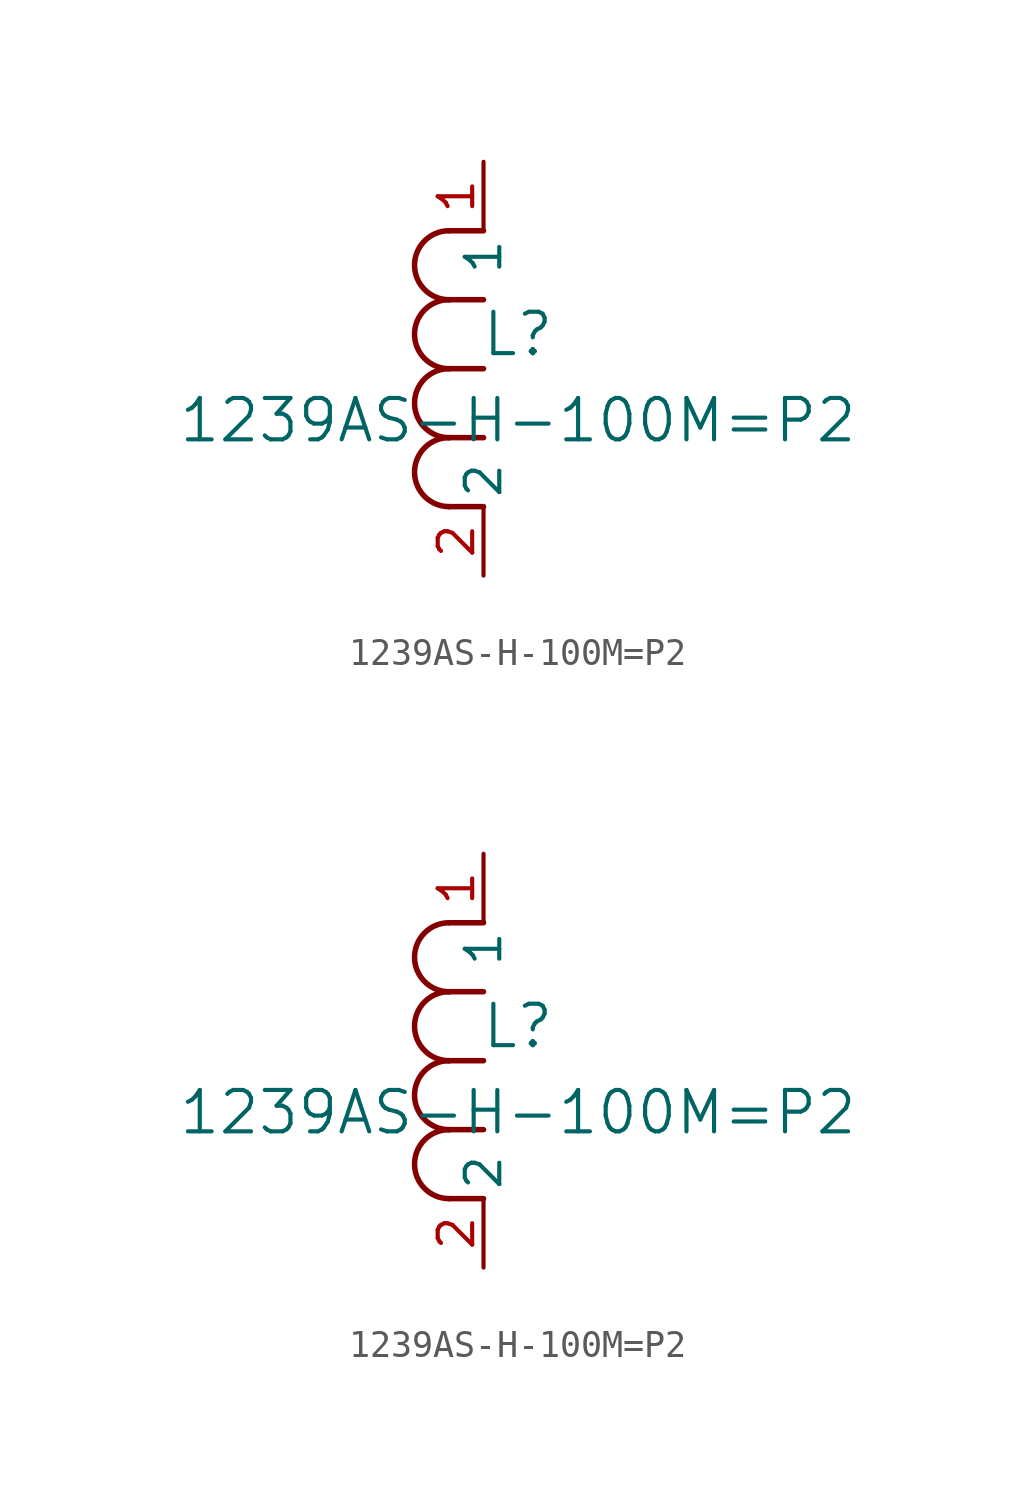
<source format=kicad_sym>
(kicad_symbol_lib
  (version 20211014)
  (generator kicad_symbol_editor)
  (symbol "1239AS-H-100M=P2"
    (pin_names
      (offset 0.254))
    (property "Reference" "L"
      (at 1.27 8.89 0)
      (effects (font (size 1.524 1.524))))
    (property "Value" "1239AS-H-100M=P2"
      (at 1.27 5.715 0)
      (effects (font (size 1.524 1.524))))
    (symbol "1239AS-H-100M=P2_1_1"
      (arc (start -1.27 7.62) (mid -2.54 6.35) (end -1.27 5.08) (stroke (width 0.2032) (type default) (color 0 0 0 0)) (fill (type none)))
      (arc (start -1.27 5.08) (mid -2.54 3.81) (end -1.27 2.54) (stroke (width 0.2032) (type default) (color 0 0 0 0)) (fill (type none)))
      (arc (start -1.27 12.7) (mid -2.54 11.43) (end -1.27 10.16) (stroke (width 0.2032) (type default) (color 0 0 0 0)) (fill (type none)))
      (arc (start -1.27 10.16) (mid -2.54 8.89) (end -1.27 7.62) (stroke (width 0.2032) (type default) (color 0 0 0 0)) (fill (type none)))
      (polyline (pts (xy 0 7.62) (xy -1.27 7.62)) (stroke (width 0.203) (type default) (color 0 0 0 0)) (fill (type none)))
      (polyline (pts (xy 0 5.08) (xy -1.27 5.08)) (stroke (width 0.203) (type default) (color 0 0 0 0)) (fill (type none)))
      (polyline (pts (xy 0 12.7) (xy -1.27 12.7)) (stroke (width 0.203) (type default) (color 0 0 0 0)) (fill (type none)))
      (polyline (pts (xy 0 2.54) (xy -1.27 2.54)) (stroke (width 0.203) (type default) (color 0 0 0 0)) (fill (type none)))
      (polyline (pts (xy 0 10.16) (xy -1.27 10.16)) (stroke (width 0.203) (type default) (color 0 0 0 0)) (fill (type none)))
      (pin unspecified line (at 0 0 90) (length 2.54) (name "2" (effects (font (size 1.27 1.27)))) (number "2" (effects (font (size 1.27 1.27)))))
      (pin unspecified line (at 0 15.24 270) (length 2.54) (name "1" (effects (font (size 1.27 1.27)))) (number "1" (effects (font (size 1.27 1.27))))))
    (symbol "1239AS-H-100M=P2_1_2"
      (arc (start -1.27 7.62) (mid -2.54 6.35) (end -1.27 5.08) (stroke (width 0.2032) (type default) (color 0 0 0 0)) (fill (type none)))
      (arc (start -1.27 5.08) (mid -2.54 3.81) (end -1.27 2.54) (stroke (width 0.2032) (type default) (color 0 0 0 0)) (fill (type none)))
      (arc (start -1.27 12.7) (mid -2.54 11.43) (end -1.27 10.16) (stroke (width 0.2032) (type default) (color 0 0 0 0)) (fill (type none)))
      (arc (start -1.27 10.16) (mid -2.54 8.89) (end -1.27 7.62) (stroke (width 0.2032) (type default) (color 0 0 0 0)) (fill (type none)))
      (polyline (pts (xy 0 7.62) (xy -1.27 7.62)) (stroke (width 0.203) (type default) (color 0 0 0 0)) (fill (type none)))
      (polyline (pts (xy 0 5.08) (xy -1.27 5.08)) (stroke (width 0.203) (type default) (color 0 0 0 0)) (fill (type none)))
      (polyline (pts (xy 0 12.7) (xy -1.27 12.7)) (stroke (width 0.203) (type default) (color 0 0 0 0)) (fill (type none)))
      (polyline (pts (xy 0 2.54) (xy -1.27 2.54)) (stroke (width 0.203) (type default) (color 0 0 0 0)) (fill (type none)))
      (polyline (pts (xy 0 10.16) (xy -1.27 10.16)) (stroke (width 0.203) (type default) (color 0 0 0 0)) (fill (type none)))
      (pin unspecified line (at 0 0 90) (length 2.54) (name "2" (effects (font (size 1.27 1.27)))) (number "2" (effects (font (size 1.27 1.27)))))
      (pin unspecified line (at 0 15.24 270) (length 2.54) (name "1" (effects (font (size 1.27 1.27)))) (number "1" (effects (font (size 1.27 1.27))))))))
</source>
